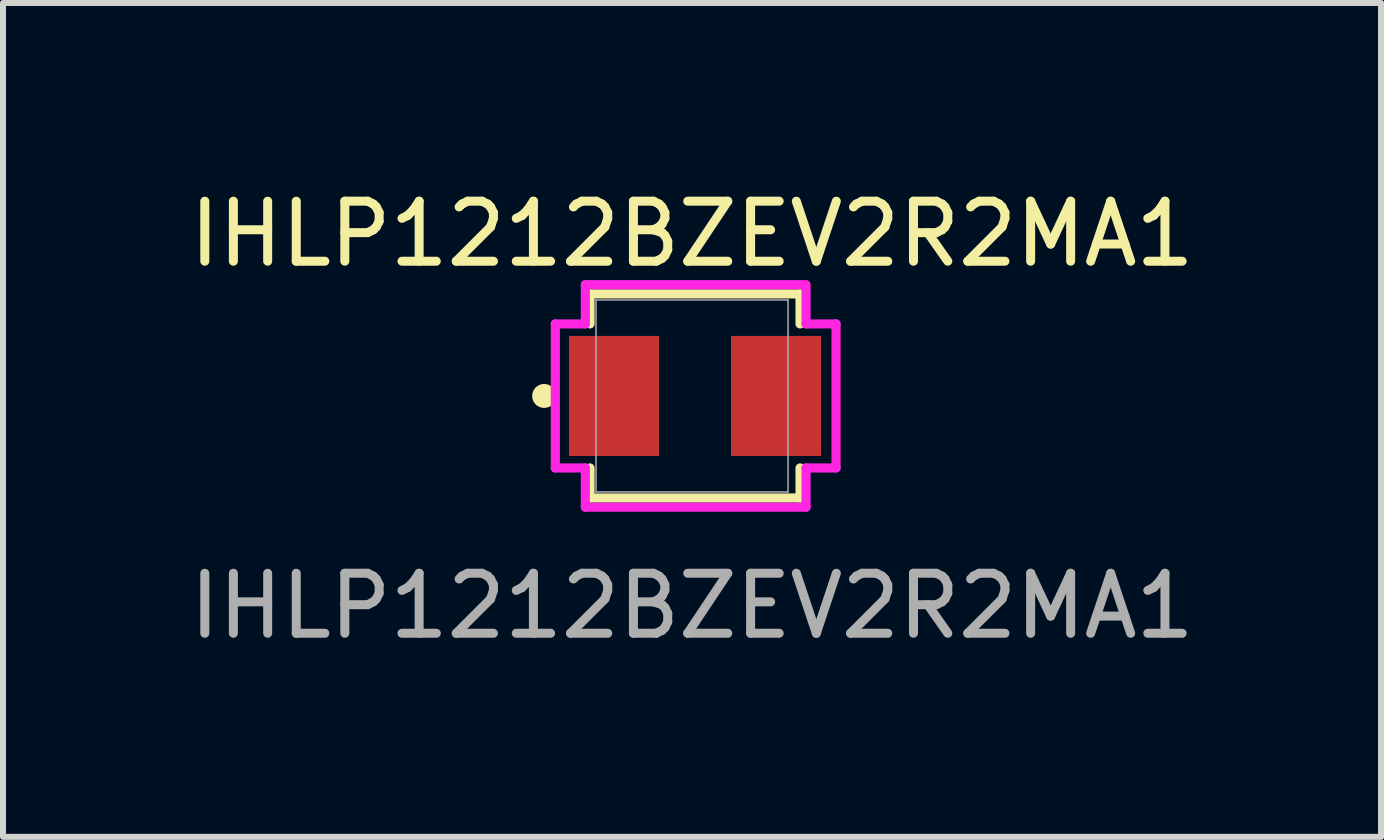
<source format=kicad_pcb>
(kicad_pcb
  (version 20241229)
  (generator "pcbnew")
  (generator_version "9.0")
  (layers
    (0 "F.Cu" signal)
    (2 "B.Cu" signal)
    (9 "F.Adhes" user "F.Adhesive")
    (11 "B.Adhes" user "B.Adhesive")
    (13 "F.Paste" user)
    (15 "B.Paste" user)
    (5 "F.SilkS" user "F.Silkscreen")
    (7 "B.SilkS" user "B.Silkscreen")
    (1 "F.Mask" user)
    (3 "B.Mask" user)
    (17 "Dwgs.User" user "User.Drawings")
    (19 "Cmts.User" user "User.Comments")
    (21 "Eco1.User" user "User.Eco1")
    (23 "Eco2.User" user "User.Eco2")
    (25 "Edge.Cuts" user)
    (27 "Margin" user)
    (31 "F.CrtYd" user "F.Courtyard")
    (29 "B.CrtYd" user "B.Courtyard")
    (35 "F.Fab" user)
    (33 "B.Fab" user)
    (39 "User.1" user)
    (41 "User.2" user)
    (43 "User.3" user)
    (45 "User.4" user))
  (footprint "IHLP1212BZEV2R2MA1"
    (layer "F.Cu")
    (at 8.482 3.548)
    (property "Reference" "IHLP1212BZEV2R2MA1" (at 0 -2.7 0) (unlocked yes) (layer "F.SilkS") (effects (font (size 1 1) (thickness 0.15))))
    (attr smd)
    (fp_line (start -1.7 -1.7) (end -1.7 -1.2) (stroke (width 0.152) (type solid)) (layer "F.SilkS"))
    (fp_line (start -1.7 1.2) (end -1.7 1.7) (stroke (width 0.152) (type solid)) (layer "F.SilkS"))
    (fp_line (start -1.7 1.7) (end 1.8 1.7) (stroke (width 0.152) (type solid)) (layer "F.SilkS"))
    (fp_line (start 1.8 -1.7) (end -1.7 -1.7) (stroke (width 0.152) (type solid)) (layer "F.SilkS"))
    (fp_line (start 1.8 -1.2) (end 1.8 -1.7) (stroke (width 0.152) (type solid)) (layer "F.SilkS"))
    (fp_line (start 1.8 1.7) (end 1.8 1.2) (stroke (width 0.152) (type solid)) (layer "F.SilkS"))
    (fp_circle (center -2.464 0) (end -2.364 0) (stroke (width 0.2) (type default)) (fill no) (layer "F.SilkS"))
    (fp_line (start -2.278 -1.2) (end -1.778 -1.2) (stroke (width 0.152) (type solid)) (layer "F.CrtYd"))
    (fp_line (start -2.278 1.2) (end -2.278 -1.2) (stroke (width 0.152) (type solid)) (layer "F.CrtYd"))
    (fp_line (start -1.778 -1.854) (end 1.854 -1.854) (stroke (width 0.152) (type solid)) (layer "F.CrtYd"))
    (fp_line (start -1.778 -1.2) (end -1.778 -1.854) (stroke (width 0.152) (type solid)) (layer "F.CrtYd"))
    (fp_line (start -1.778 1.2) (end -2.278 1.2) (stroke (width 0.152) (type solid)) (layer "F.CrtYd"))
    (fp_line (start -1.778 1.854) (end -1.778 1.2) (stroke (width 0.152) (type solid)) (layer "F.CrtYd"))
    (fp_line (start 1.9 -1.854) (end 1.9 -1.2) (stroke (width 0.152) (type solid)) (layer "F.CrtYd"))
    (fp_line (start 1.9 -1.2) (end 2.4 -1.2) (stroke (width 0.152) (type solid)) (layer "F.CrtYd"))
    (fp_line (start 1.9 1.2) (end 1.9 1.854) (stroke (width 0.152) (type solid)) (layer "F.CrtYd"))
    (fp_line (start 1.9 1.854) (end -1.778 1.854) (stroke (width 0.152) (type solid)) (layer "F.CrtYd"))
    (fp_line (start 2.4 -1.2) (end 2.4 1.2) (stroke (width 0.152) (type solid)) (layer "F.CrtYd"))
    (fp_line (start 2.4 1.2) (end 1.9 1.2) (stroke (width 0.152) (type solid)) (layer "F.CrtYd"))
    (fp_line (start -1.6 -1.6) (end -1.6 1.6) (stroke (width 0.025) (type solid)) (layer "F.Fab"))
    (fp_line (start -1.6 1.6) (end 1.6 1.6) (stroke (width 0.025) (type solid)) (layer "F.Fab"))
    (fp_line (start 1.6 -1.6) (end -1.6 -1.6) (stroke (width 0.025) (type solid)) (layer "F.Fab"))
    (fp_line (start 1.6 1.6) (end 1.6 -1.6) (stroke (width 0.025) (type solid)) (layer "F.Fab"))
    (fp_text user "${REFERENCE}" (at 0 3.5 0) (unlocked yes) (layer "F.Fab") (effects (font (size 1 1) (thickness 0.15))))
    (pad "1" smd rect (at -1.3 0) (size 1.5 2) (layers "F.Cu" "F.Mask" "F.Paste"))
    (pad "2" smd rect (at 1.4 0) (size 1.5 2) (layers "F.Cu" "F.Mask" "F.Paste")))
  (gr_rect
    (start -3 -3)
    (end 19.964 10.896)
    (stroke (width 0.1) (type default))
    (fill no)
    (layer "Edge.Cuts")))
</source>
